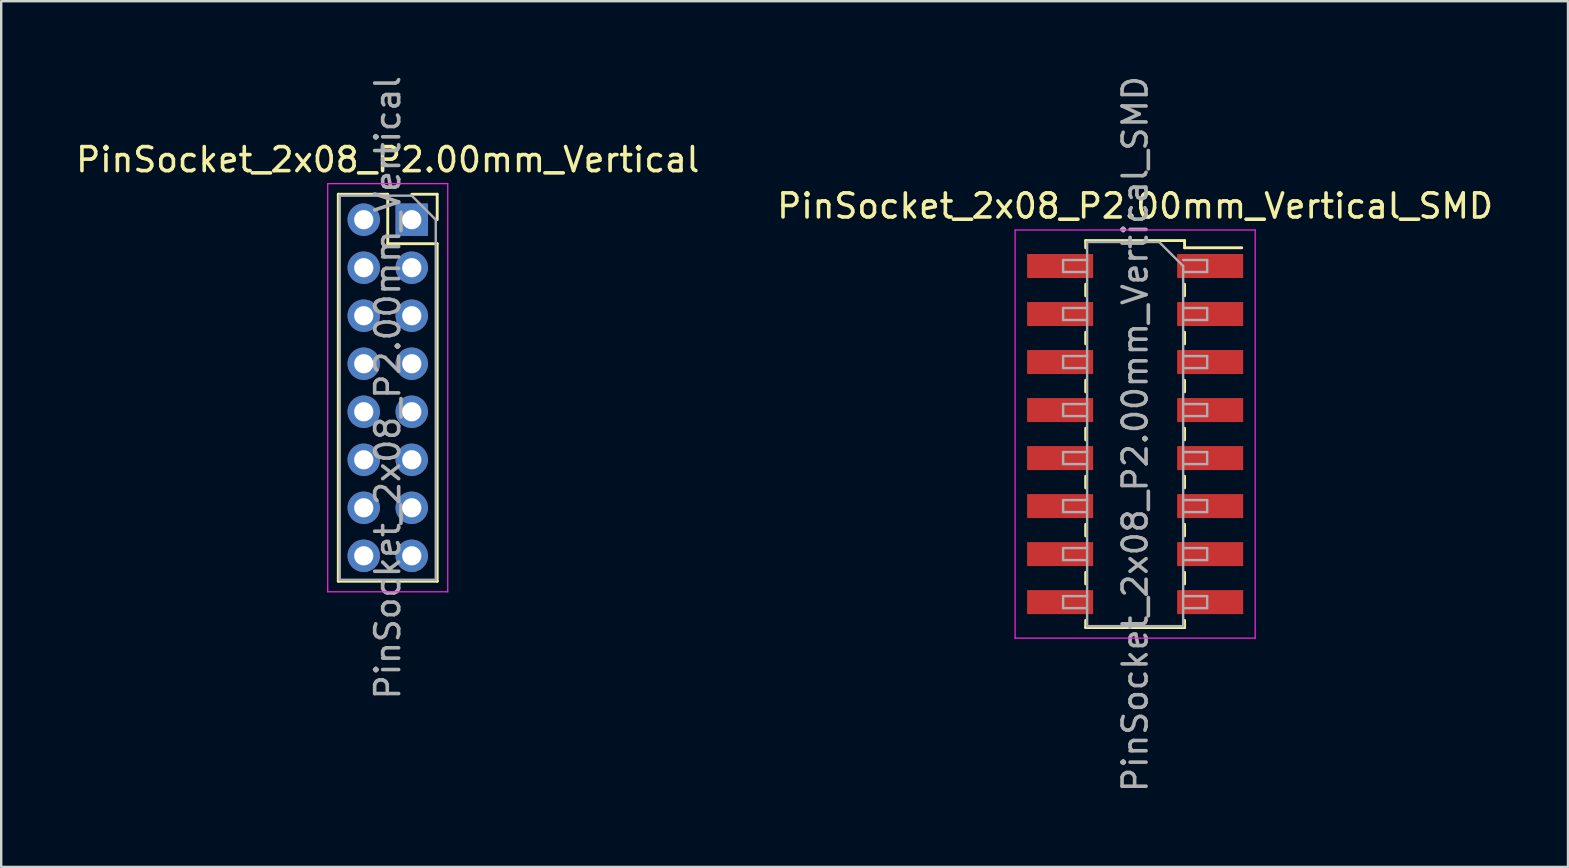
<source format=kicad_pcb>
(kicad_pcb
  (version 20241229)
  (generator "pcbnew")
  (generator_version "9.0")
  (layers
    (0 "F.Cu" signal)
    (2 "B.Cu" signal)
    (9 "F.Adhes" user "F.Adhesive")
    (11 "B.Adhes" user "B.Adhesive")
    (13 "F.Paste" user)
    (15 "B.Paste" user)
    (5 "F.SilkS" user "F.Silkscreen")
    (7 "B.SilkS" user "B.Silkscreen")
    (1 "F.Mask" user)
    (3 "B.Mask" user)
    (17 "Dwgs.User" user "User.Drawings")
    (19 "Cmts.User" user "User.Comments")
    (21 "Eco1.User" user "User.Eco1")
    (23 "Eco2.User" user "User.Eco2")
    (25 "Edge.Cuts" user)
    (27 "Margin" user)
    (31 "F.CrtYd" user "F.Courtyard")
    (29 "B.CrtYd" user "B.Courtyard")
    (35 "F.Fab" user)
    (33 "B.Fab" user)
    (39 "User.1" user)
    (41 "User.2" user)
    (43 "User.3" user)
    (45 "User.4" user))
  (footprint "PinSocket_2x08_P2.00mm_Vertical_SMD"
    (layer "F.Cu")
    (at 44.232 15.03)
    (property "Reference" "PinSocket_2x08_P2.00mm_Vertical_SMD" (at 0 -9.5 0) (layer "F.SilkS") (effects (font (size 1 1) (thickness 0.15))))
    (attr smd)
    (fp_line (start -2.06 -8.06) (end -2.06 -7.76) (stroke (width 0.12) (type solid)) (layer "F.SilkS"))
    (fp_line (start -2.06 -8.06) (end 2.06 -8.06) (stroke (width 0.12) (type solid)) (layer "F.SilkS"))
    (fp_line (start -2.06 -6.24) (end -2.06 -5.76) (stroke (width 0.12) (type solid)) (layer "F.SilkS"))
    (fp_line (start -2.06 -4.24) (end -2.06 -3.76) (stroke (width 0.12) (type solid)) (layer "F.SilkS"))
    (fp_line (start -2.06 -2.24) (end -2.06 -1.76) (stroke (width 0.12) (type solid)) (layer "F.SilkS"))
    (fp_line (start -2.06 -0.24) (end -2.06 0.24) (stroke (width 0.12) (type solid)) (layer "F.SilkS"))
    (fp_line (start -2.06 1.76) (end -2.06 2.24) (stroke (width 0.12) (type solid)) (layer "F.SilkS"))
    (fp_line (start -2.06 3.76) (end -2.06 4.24) (stroke (width 0.12) (type solid)) (layer "F.SilkS"))
    (fp_line (start -2.06 5.76) (end -2.06 6.24) (stroke (width 0.12) (type solid)) (layer "F.SilkS"))
    (fp_line (start -2.06 7.76) (end -2.06 8.06) (stroke (width 0.12) (type solid)) (layer "F.SilkS"))
    (fp_line (start -2.06 8.06) (end 2.06 8.06) (stroke (width 0.12) (type solid)) (layer "F.SilkS"))
    (fp_line (start 2.06 -8.06) (end 2.06 -7.76) (stroke (width 0.12) (type solid)) (layer "F.SilkS"))
    (fp_line (start 2.06 -7.76) (end 4.44 -7.76) (stroke (width 0.12) (type solid)) (layer "F.SilkS"))
    (fp_line (start 2.06 -6.24) (end 2.06 -5.76) (stroke (width 0.12) (type solid)) (layer "F.SilkS"))
    (fp_line (start 2.06 -4.24) (end 2.06 -3.76) (stroke (width 0.12) (type solid)) (layer "F.SilkS"))
    (fp_line (start 2.06 -2.24) (end 2.06 -1.76) (stroke (width 0.12) (type solid)) (layer "F.SilkS"))
    (fp_line (start 2.06 -0.24) (end 2.06 0.24) (stroke (width 0.12) (type solid)) (layer "F.SilkS"))
    (fp_line (start 2.06 1.76) (end 2.06 2.24) (stroke (width 0.12) (type solid)) (layer "F.SilkS"))
    (fp_line (start 2.06 3.76) (end 2.06 4.24) (stroke (width 0.12) (type solid)) (layer "F.SilkS"))
    (fp_line (start 2.06 5.76) (end 2.06 6.24) (stroke (width 0.12) (type solid)) (layer "F.SilkS"))
    (fp_line (start 2.06 7.76) (end 2.06 8.06) (stroke (width 0.12) (type solid)) (layer "F.SilkS"))
    (fp_line (start -5 -8.5) (end 5 -8.5) (stroke (width 0.05) (type solid)) (layer "F.CrtYd"))
    (fp_line (start -5 8.5) (end -5 -8.5) (stroke (width 0.05) (type solid)) (layer "F.CrtYd"))
    (fp_line (start 5 -8.5) (end 5 8.5) (stroke (width 0.05) (type solid)) (layer "F.CrtYd"))
    (fp_line (start 5 8.5) (end -5 8.5) (stroke (width 0.05) (type solid)) (layer "F.CrtYd"))
    (fp_line (start -3 -7.25) (end -2 -7.25) (stroke (width 0.1) (type solid)) (layer "F.Fab"))
    (fp_line (start -3 -6.75) (end -3 -7.25) (stroke (width 0.1) (type solid)) (layer "F.Fab"))
    (fp_line (start -3 -5.25) (end -2 -5.25) (stroke (width 0.1) (type solid)) (layer "F.Fab"))
    (fp_line (start -3 -4.75) (end -3 -5.25) (stroke (width 0.1) (type solid)) (layer "F.Fab"))
    (fp_line (start -3 -3.25) (end -2 -3.25) (stroke (width 0.1) (type solid)) (layer "F.Fab"))
    (fp_line (start -3 -2.75) (end -3 -3.25) (stroke (width 0.1) (type solid)) (layer "F.Fab"))
    (fp_line (start -3 -1.25) (end -2 -1.25) (stroke (width 0.1) (type solid)) (layer "F.Fab"))
    (fp_line (start -3 -0.75) (end -3 -1.25) (stroke (width 0.1) (type solid)) (layer "F.Fab"))
    (fp_line (start -3 0.75) (end -2 0.75) (stroke (width 0.1) (type solid)) (layer "F.Fab"))
    (fp_line (start -3 1.25) (end -3 0.75) (stroke (width 0.1) (type solid)) (layer "F.Fab"))
    (fp_line (start -3 2.75) (end -2 2.75) (stroke (width 0.1) (type solid)) (layer "F.Fab"))
    (fp_line (start -3 3.25) (end -3 2.75) (stroke (width 0.1) (type solid)) (layer "F.Fab"))
    (fp_line (start -3 4.75) (end -2 4.75) (stroke (width 0.1) (type solid)) (layer "F.Fab"))
    (fp_line (start -3 5.25) (end -3 4.75) (stroke (width 0.1) (type solid)) (layer "F.Fab"))
    (fp_line (start -3 6.75) (end -2 6.75) (stroke (width 0.1) (type solid)) (layer "F.Fab"))
    (fp_line (start -3 7.25) (end -3 6.75) (stroke (width 0.1) (type solid)) (layer "F.Fab"))
    (fp_line (start -2 -8) (end 1 -8) (stroke (width 0.1) (type solid)) (layer "F.Fab"))
    (fp_line (start -2 -6.75) (end -3 -6.75) (stroke (width 0.1) (type solid)) (layer "F.Fab"))
    (fp_line (start -2 -4.75) (end -3 -4.75) (stroke (width 0.1) (type solid)) (layer "F.Fab"))
    (fp_line (start -2 -2.75) (end -3 -2.75) (stroke (width 0.1) (type solid)) (layer "F.Fab"))
    (fp_line (start -2 -0.75) (end -3 -0.75) (stroke (width 0.1) (type solid)) (layer "F.Fab"))
    (fp_line (start -2 1.25) (end -3 1.25) (stroke (width 0.1) (type solid)) (layer "F.Fab"))
    (fp_line (start -2 3.25) (end -3 3.25) (stroke (width 0.1) (type solid)) (layer "F.Fab"))
    (fp_line (start -2 5.25) (end -3 5.25) (stroke (width 0.1) (type solid)) (layer "F.Fab"))
    (fp_line (start -2 7.25) (end -3 7.25) (stroke (width 0.1) (type solid)) (layer "F.Fab"))
    (fp_line (start -2 8) (end -2 -8) (stroke (width 0.1) (type solid)) (layer "F.Fab"))
    (fp_line (start 1 -8) (end 2 -7) (stroke (width 0.1) (type solid)) (layer "F.Fab"))
    (fp_line (start 2 -7.25) (end 3 -7.25) (stroke (width 0.1) (type solid)) (layer "F.Fab"))
    (fp_line (start 2 -7) (end 2 8) (stroke (width 0.1) (type solid)) (layer "F.Fab"))
    (fp_line (start 2 -5.25) (end 3 -5.25) (stroke (width 0.1) (type solid)) (layer "F.Fab"))
    (fp_line (start 2 -3.25) (end 3 -3.25) (stroke (width 0.1) (type solid)) (layer "F.Fab"))
    (fp_line (start 2 -1.25) (end 3 -1.25) (stroke (width 0.1) (type solid)) (layer "F.Fab"))
    (fp_line (start 2 0.75) (end 3 0.75) (stroke (width 0.1) (type solid)) (layer "F.Fab"))
    (fp_line (start 2 2.75) (end 3 2.75) (stroke (width 0.1) (type solid)) (layer "F.Fab"))
    (fp_line (start 2 4.75) (end 3 4.75) (stroke (width 0.1) (type solid)) (layer "F.Fab"))
    (fp_line (start 2 6.75) (end 3 6.75) (stroke (width 0.1) (type solid)) (layer "F.Fab"))
    (fp_line (start 2 8) (end -2 8) (stroke (width 0.1) (type solid)) (layer "F.Fab"))
    (fp_line (start 3 -7.25) (end 3 -6.75) (stroke (width 0.1) (type solid)) (layer "F.Fab"))
    (fp_line (start 3 -6.75) (end 2 -6.75) (stroke (width 0.1) (type solid)) (layer "F.Fab"))
    (fp_line (start 3 -5.25) (end 3 -4.75) (stroke (width 0.1) (type solid)) (layer "F.Fab"))
    (fp_line (start 3 -4.75) (end 2 -4.75) (stroke (width 0.1) (type solid)) (layer "F.Fab"))
    (fp_line (start 3 -3.25) (end 3 -2.75) (stroke (width 0.1) (type solid)) (layer "F.Fab"))
    (fp_line (start 3 -2.75) (end 2 -2.75) (stroke (width 0.1) (type solid)) (layer "F.Fab"))
    (fp_line (start 3 -1.25) (end 3 -0.75) (stroke (width 0.1) (type solid)) (layer "F.Fab"))
    (fp_line (start 3 -0.75) (end 2 -0.75) (stroke (width 0.1) (type solid)) (layer "F.Fab"))
    (fp_line (start 3 0.75) (end 3 1.25) (stroke (width 0.1) (type solid)) (layer "F.Fab"))
    (fp_line (start 3 1.25) (end 2 1.25) (stroke (width 0.1) (type solid)) (layer "F.Fab"))
    (fp_line (start 3 2.75) (end 3 3.25) (stroke (width 0.1) (type solid)) (layer "F.Fab"))
    (fp_line (start 3 3.25) (end 2 3.25) (stroke (width 0.1) (type solid)) (layer "F.Fab"))
    (fp_line (start 3 4.75) (end 3 5.25) (stroke (width 0.1) (type solid)) (layer "F.Fab"))
    (fp_line (start 3 5.25) (end 2 5.25) (stroke (width 0.1) (type solid)) (layer "F.Fab"))
    (fp_line (start 3 6.75) (end 3 7.25) (stroke (width 0.1) (type solid)) (layer "F.Fab"))
    (fp_line (start 3 7.25) (end 2 7.25) (stroke (width 0.1) (type solid)) (layer "F.Fab"))
    (fp_text user "${REFERENCE}" (at 0 0 90) (layer "F.Fab") (effects (font (size 1 1) (thickness 0.15))))
    (pad "1" smd rect (at 3.125 -7) (size 2.75 1) (layers "F.Cu" "F.Mask" "F.Paste"))
    (pad "2" smd rect (at -3.125 -7) (size 2.75 1) (layers "F.Cu" "F.Mask" "F.Paste"))
    (pad "3" smd rect (at 3.125 -5) (size 2.75 1) (layers "F.Cu" "F.Mask" "F.Paste"))
    (pad "4" smd rect (at -3.125 -5) (size 2.75 1) (layers "F.Cu" "F.Mask" "F.Paste"))
    (pad "5" smd rect (at 3.125 -3) (size 2.75 1) (layers "F.Cu" "F.Mask" "F.Paste"))
    (pad "6" smd rect (at -3.125 -3) (size 2.75 1) (layers "F.Cu" "F.Mask" "F.Paste"))
    (pad "7" smd rect (at 3.125 -1) (size 2.75 1) (layers "F.Cu" "F.Mask" "F.Paste"))
    (pad "8" smd rect (at -3.125 -1) (size 2.75 1) (layers "F.Cu" "F.Mask" "F.Paste"))
    (pad "9" smd rect (at 3.125 1) (size 2.75 1) (layers "F.Cu" "F.Mask" "F.Paste"))
    (pad "10" smd rect (at -3.125 1) (size 2.75 1) (layers "F.Cu" "F.Mask" "F.Paste"))
    (pad "11" smd rect (at 3.125 3) (size 2.75 1) (layers "F.Cu" "F.Mask" "F.Paste"))
    (pad "12" smd rect (at -3.125 3) (size 2.75 1) (layers "F.Cu" "F.Mask" "F.Paste"))
    (pad "13" smd rect (at 3.125 5) (size 2.75 1) (layers "F.Cu" "F.Mask" "F.Paste"))
    (pad "14" smd rect (at -3.125 5) (size 2.75 1) (layers "F.Cu" "F.Mask" "F.Paste"))
    (pad "15" smd rect (at 3.125 7) (size 2.75 1) (layers "F.Cu" "F.Mask" "F.Paste"))
    (pad "16" smd rect (at -3.125 7) (size 2.75 1) (layers "F.Cu" "F.Mask" "F.Paste")))
  (footprint "PinSocket_2x08_P2.00mm_Vertical"
    (layer "F.Cu")
    (at 14.101 6.101)
    (property "Reference" "PinSocket_2x08_P2.00mm_Vertical" (at -1 -2.5 0) (layer "F.SilkS") (effects (font (size 1 1) (thickness 0.15))))
    (attr through_hole)
    (fp_line (start -3.06 -1.06) (end -3.06 15.06) (stroke (width 0.12) (type solid)) (layer "F.SilkS"))
    (fp_line (start -3.06 -1.06) (end -1 -1.06) (stroke (width 0.12) (type solid)) (layer "F.SilkS"))
    (fp_line (start -3.06 15.06) (end 1.06 15.06) (stroke (width 0.12) (type solid)) (layer "F.SilkS"))
    (fp_line (start -1 -1.06) (end -1 1) (stroke (width 0.12) (type solid)) (layer "F.SilkS"))
    (fp_line (start -1 1) (end 1.06 1) (stroke (width 0.12) (type solid)) (layer "F.SilkS"))
    (fp_line (start 0 -1.06) (end 1.06 -1.06) (stroke (width 0.12) (type solid)) (layer "F.SilkS"))
    (fp_line (start 1.06 -1.06) (end 1.06 0) (stroke (width 0.12) (type solid)) (layer "F.SilkS"))
    (fp_line (start 1.06 1) (end 1.06 15.06) (stroke (width 0.12) (type solid)) (layer "F.SilkS"))
    (fp_line (start -3.5 -1.5) (end 1.5 -1.5) (stroke (width 0.05) (type solid)) (layer "F.CrtYd"))
    (fp_line (start -3.5 15.5) (end -3.5 -1.5) (stroke (width 0.05) (type solid)) (layer "F.CrtYd"))
    (fp_line (start 1.5 -1.5) (end 1.5 15.5) (stroke (width 0.05) (type solid)) (layer "F.CrtYd"))
    (fp_line (start 1.5 15.5) (end -3.5 15.5) (stroke (width 0.05) (type solid)) (layer "F.CrtYd"))
    (fp_line (start -3 -1) (end 0 -1) (stroke (width 0.1) (type solid)) (layer "F.Fab"))
    (fp_line (start -3 15) (end -3 -1) (stroke (width 0.1) (type solid)) (layer "F.Fab"))
    (fp_line (start 0 -1) (end 1 0) (stroke (width 0.1) (type solid)) (layer "F.Fab"))
    (fp_line (start 1 0) (end 1 15) (stroke (width 0.1) (type solid)) (layer "F.Fab"))
    (fp_line (start 1 15) (end -3 15) (stroke (width 0.1) (type solid)) (layer "F.Fab"))
    (fp_text user "${REFERENCE}" (at -1 7 90) (layer "F.Fab") (effects (font (size 1 1) (thickness 0.15))))
    (pad "1" thru_hole rect (at 0 0) (size 1.35 1.35) (drill 0.8) (layers "*.Cu" "*.Mask"))
    (pad "2" thru_hole oval (at -2 0) (size 1.35 1.35) (drill 0.8) (layers "*.Cu" "*.Mask"))
    (pad "3" thru_hole oval (at 0 2) (size 1.35 1.35) (drill 0.8) (layers "*.Cu" "*.Mask"))
    (pad "4" thru_hole oval (at -2 2) (size 1.35 1.35) (drill 0.8) (layers "*.Cu" "*.Mask"))
    (pad "5" thru_hole oval (at 0 4) (size 1.35 1.35) (drill 0.8) (layers "*.Cu" "*.Mask"))
    (pad "6" thru_hole oval (at -2 4) (size 1.35 1.35) (drill 0.8) (layers "*.Cu" "*.Mask"))
    (pad "7" thru_hole oval (at 0 6) (size 1.35 1.35) (drill 0.8) (layers "*.Cu" "*.Mask"))
    (pad "8" thru_hole oval (at -2 6) (size 1.35 1.35) (drill 0.8) (layers "*.Cu" "*.Mask"))
    (pad "9" thru_hole oval (at 0 8) (size 1.35 1.35) (drill 0.8) (layers "*.Cu" "*.Mask"))
    (pad "10" thru_hole oval (at -2 8) (size 1.35 1.35) (drill 0.8) (layers "*.Cu" "*.Mask"))
    (pad "11" thru_hole oval (at 0 10) (size 1.35 1.35) (drill 0.8) (layers "*.Cu" "*.Mask"))
    (pad "12" thru_hole oval (at -2 10) (size 1.35 1.35) (drill 0.8) (layers "*.Cu" "*.Mask"))
    (pad "13" thru_hole oval (at 0 12) (size 1.35 1.35) (drill 0.8) (layers "*.Cu" "*.Mask"))
    (pad "14" thru_hole oval (at -2 12) (size 1.35 1.35) (drill 0.8) (layers "*.Cu" "*.Mask"))
    (pad "15" thru_hole oval (at 0 14) (size 1.35 1.35) (drill 0.8) (layers "*.Cu" "*.Mask"))
    (pad "16" thru_hole oval (at -2 14) (size 1.35 1.35) (drill 0.8) (layers "*.Cu" "*.Mask")))
  (gr_rect
    (start -3 -3)
    (end 62.262 33.06)
    (stroke (width 0.1) (type default))
    (fill no)
    (layer "Edge.Cuts")))
</source>
